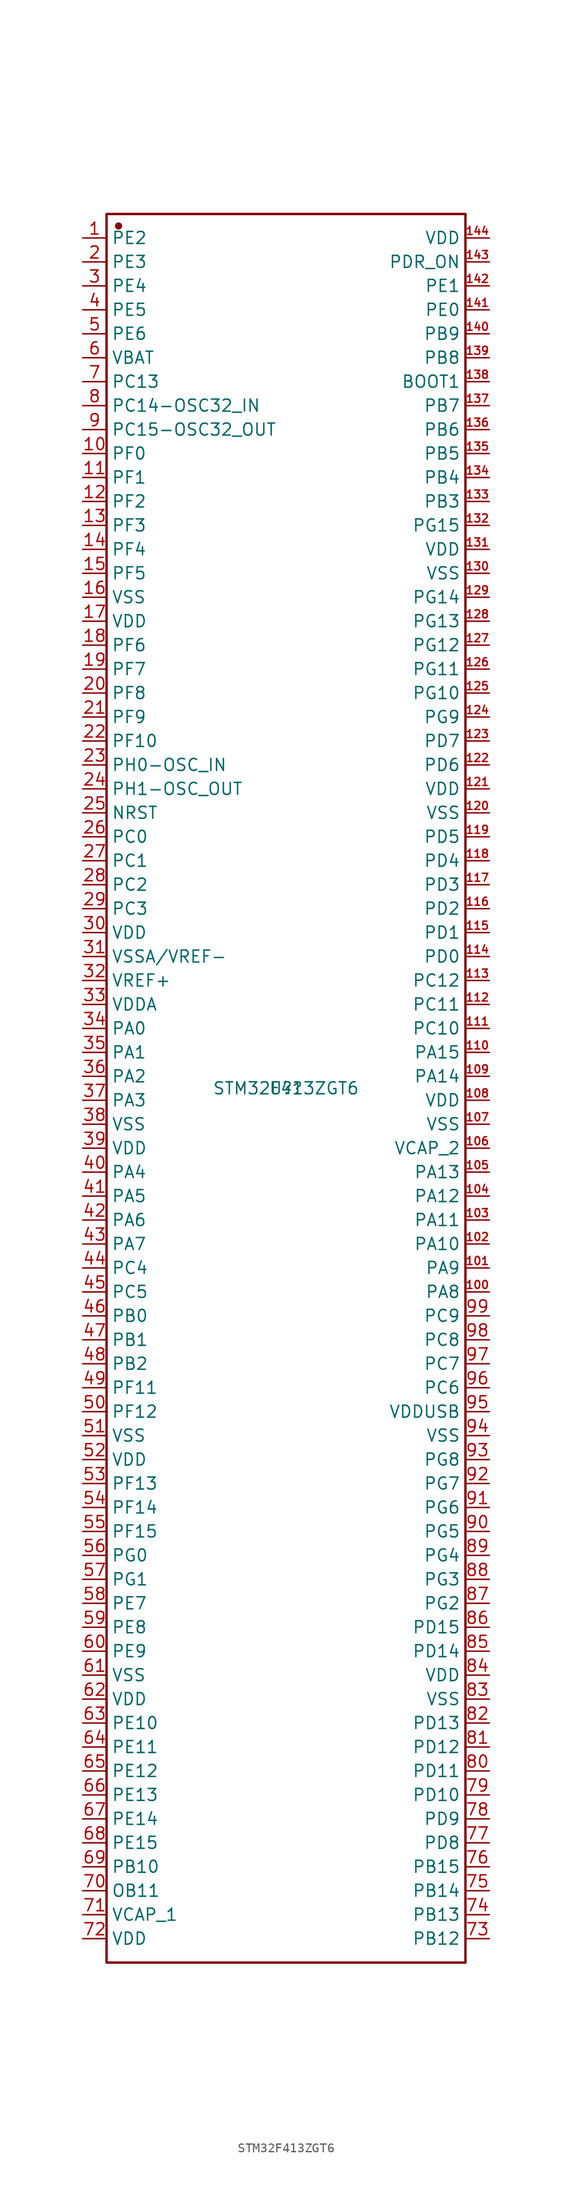
<source format=kicad_sym>
(kicad_symbol_lib
  (version 20241209)
  (generator "kicad_symbol_editor")
  (generator_version "9.0")
  (symbol "STM32F413ZGT6"
    (property "Reference" "U?"
      (at 0 0 0)
      (effects (font (size 1.27 1.27))))
    (property "Value" "STM32F413ZGT6"
      (at 0 0 0)
      (effects (font (size 1.27 1.27))))
    (symbol "STM32F413ZGT6_0_0"
      (rectangle (start -19.05 92.71) (end 19.05 -92.71) (stroke (width 0.254) (type solid)) (fill (type none)))
      (circle (center -17.78 91.44) (radius 0.254) (stroke (width 0.254) (type solid)) (fill (type outline)))
      (pin unspecified line (at -21.59 90.17 0) (length 2.54) (name "PE2" (effects (font (size 1.27 1.27)))) (number "1" (effects (font (size 1.27 1.27)))))
      (pin unspecified line (at -21.59 87.63 0) (length 2.54) (name "PE3" (effects (font (size 1.27 1.27)))) (number "2" (effects (font (size 1.27 1.27)))))
      (pin unspecified line (at -21.59 85.09 0) (length 2.54) (name "PE4" (effects (font (size 1.27 1.27)))) (number "3" (effects (font (size 1.27 1.27)))))
      (pin unspecified line (at -21.59 82.55 0) (length 2.54) (name "PE5" (effects (font (size 1.27 1.27)))) (number "4" (effects (font (size 1.27 1.27)))))
      (pin unspecified line (at -21.59 80.01 0) (length 2.54) (name "PE6" (effects (font (size 1.27 1.27)))) (number "5" (effects (font (size 1.27 1.27)))))
      (pin unspecified line (at -21.59 77.47 0) (length 2.54) (name "VBAT" (effects (font (size 1.27 1.27)))) (number "6" (effects (font (size 1.27 1.27)))))
      (pin unspecified line (at -21.59 74.93 0) (length 2.54) (name "PC13" (effects (font (size 1.27 1.27)))) (number "7" (effects (font (size 1.27 1.27)))))
      (pin unspecified line (at -21.59 72.39 0) (length 2.54) (name "PC14-OSC32_IN" (effects (font (size 1.27 1.27)))) (number "8" (effects (font (size 1.27 1.27)))))
      (pin unspecified line (at -21.59 69.85 0) (length 2.54) (name "PC15-OSC32_OUT" (effects (font (size 1.27 1.27)))) (number "9" (effects (font (size 1.27 1.27)))))
      (pin unspecified line (at -21.59 67.31 0) (length 2.54) (name "PF0" (effects (font (size 1.27 1.27)))) (number "10" (effects (font (size 1.27 1.27)))))
      (pin unspecified line (at -21.59 64.77 0) (length 2.54) (name "PF1" (effects (font (size 1.27 1.27)))) (number "11" (effects (font (size 1.27 1.27)))))
      (pin unspecified line (at -21.59 62.23 0) (length 2.54) (name "PF2" (effects (font (size 1.27 1.27)))) (number "12" (effects (font (size 1.27 1.27)))))
      (pin unspecified line (at -21.59 59.69 0) (length 2.54) (name "PF3" (effects (font (size 1.27 1.27)))) (number "13" (effects (font (size 1.27 1.27)))))
      (pin unspecified line (at -21.59 57.15 0) (length 2.54) (name "PF4" (effects (font (size 1.27 1.27)))) (number "14" (effects (font (size 1.27 1.27)))))
      (pin unspecified line (at -21.59 54.61 0) (length 2.54) (name "PF5" (effects (font (size 1.27 1.27)))) (number "15" (effects (font (size 1.27 1.27)))))
      (pin unspecified line (at -21.59 52.07 0) (length 2.54) (name "VSS" (effects (font (size 1.27 1.27)))) (number "16" (effects (font (size 1.27 1.27)))))
      (pin unspecified line (at -21.59 49.53 0) (length 2.54) (name "VDD" (effects (font (size 1.27 1.27)))) (number "17" (effects (font (size 1.27 1.27)))))
      (pin unspecified line (at -21.59 46.99 0) (length 2.54) (name "PF6" (effects (font (size 1.27 1.27)))) (number "18" (effects (font (size 1.27 1.27)))))
      (pin unspecified line (at -21.59 44.45 0) (length 2.54) (name "PF7" (effects (font (size 1.27 1.27)))) (number "19" (effects (font (size 1.27 1.27)))))
      (pin unspecified line (at -21.59 41.91 0) (length 2.54) (name "PF8" (effects (font (size 1.27 1.27)))) (number "20" (effects (font (size 1.27 1.27)))))
      (pin unspecified line (at -21.59 39.37 0) (length 2.54) (name "PF9" (effects (font (size 1.27 1.27)))) (number "21" (effects (font (size 1.27 1.27)))))
      (pin unspecified line (at -21.59 36.83 0) (length 2.54) (name "PF10" (effects (font (size 1.27 1.27)))) (number "22" (effects (font (size 1.27 1.27)))))
      (pin unspecified line (at -21.59 34.29 0) (length 2.54) (name "PH0-OSC_IN" (effects (font (size 1.27 1.27)))) (number "23" (effects (font (size 1.27 1.27)))))
      (pin unspecified line (at -21.59 31.75 0) (length 2.54) (name "PH1-OSC_OUT" (effects (font (size 1.27 1.27)))) (number "24" (effects (font (size 1.27 1.27)))))
      (pin unspecified line (at -21.59 29.21 0) (length 2.54) (name "NRST" (effects (font (size 1.27 1.27)))) (number "25" (effects (font (size 1.27 1.27)))))
      (pin unspecified line (at -21.59 26.67 0) (length 2.54) (name "PC0" (effects (font (size 1.27 1.27)))) (number "26" (effects (font (size 1.27 1.27)))))
      (pin unspecified line (at -21.59 24.13 0) (length 2.54) (name "PC1" (effects (font (size 1.27 1.27)))) (number "27" (effects (font (size 1.27 1.27)))))
      (pin unspecified line (at -21.59 21.59 0) (length 2.54) (name "PC2" (effects (font (size 1.27 1.27)))) (number "28" (effects (font (size 1.27 1.27)))))
      (pin unspecified line (at -21.59 19.05 0) (length 2.54) (name "PC3" (effects (font (size 1.27 1.27)))) (number "29" (effects (font (size 1.27 1.27)))))
      (pin unspecified line (at -21.59 16.51 0) (length 2.54) (name "VDD" (effects (font (size 1.27 1.27)))) (number "30" (effects (font (size 1.27 1.27)))))
      (pin unspecified line (at -21.59 13.97 0) (length 2.54) (name "VSSA/VREF-" (effects (font (size 1.27 1.27)))) (number "31" (effects (font (size 1.27 1.27)))))
      (pin unspecified line (at -21.59 11.43 0) (length 2.54) (name "VREF+" (effects (font (size 1.27 1.27)))) (number "32" (effects (font (size 1.27 1.27)))))
      (pin unspecified line (at -21.59 8.89 0) (length 2.54) (name "VDDA" (effects (font (size 1.27 1.27)))) (number "33" (effects (font (size 1.27 1.27)))))
      (pin unspecified line (at -21.59 6.35 0) (length 2.54) (name "PA0" (effects (font (size 1.27 1.27)))) (number "34" (effects (font (size 1.27 1.27)))))
      (pin unspecified line (at -21.59 3.81 0) (length 2.54) (name "PA1" (effects (font (size 1.27 1.27)))) (number "35" (effects (font (size 1.27 1.27)))))
      (pin unspecified line (at -21.59 1.27 0) (length 2.54) (name "PA2" (effects (font (size 1.27 1.27)))) (number "36" (effects (font (size 1.27 1.27)))))
      (pin unspecified line (at -21.59 -1.27 0) (length 2.54) (name "PA3" (effects (font (size 1.27 1.27)))) (number "37" (effects (font (size 1.27 1.27)))))
      (pin unspecified line (at -21.59 -3.81 0) (length 2.54) (name "VSS" (effects (font (size 1.27 1.27)))) (number "38" (effects (font (size 1.27 1.27)))))
      (pin unspecified line (at -21.59 -6.35 0) (length 2.54) (name "VDD" (effects (font (size 1.27 1.27)))) (number "39" (effects (font (size 1.27 1.27)))))
      (pin unspecified line (at -21.59 -8.89 0) (length 2.54) (name "PA4" (effects (font (size 1.27 1.27)))) (number "40" (effects (font (size 1.27 1.27)))))
      (pin unspecified line (at -21.59 -11.43 0) (length 2.54) (name "PA5" (effects (font (size 1.27 1.27)))) (number "41" (effects (font (size 1.27 1.27)))))
      (pin unspecified line (at -21.59 -13.97 0) (length 2.54) (name "PA6" (effects (font (size 1.27 1.27)))) (number "42" (effects (font (size 1.27 1.27)))))
      (pin unspecified line (at -21.59 -16.51 0) (length 2.54) (name "PA7" (effects (font (size 1.27 1.27)))) (number "43" (effects (font (size 1.27 1.27)))))
      (pin unspecified line (at -21.59 -19.05 0) (length 2.54) (name "PC4" (effects (font (size 1.27 1.27)))) (number "44" (effects (font (size 1.27 1.27)))))
      (pin unspecified line (at -21.59 -21.59 0) (length 2.54) (name "PC5" (effects (font (size 1.27 1.27)))) (number "45" (effects (font (size 1.27 1.27)))))
      (pin unspecified line (at -21.59 -24.13 0) (length 2.54) (name "PB0" (effects (font (size 1.27 1.27)))) (number "46" (effects (font (size 1.27 1.27)))))
      (pin unspecified line (at -21.59 -26.67 0) (length 2.54) (name "PB1" (effects (font (size 1.27 1.27)))) (number "47" (effects (font (size 1.27 1.27)))))
      (pin unspecified line (at -21.59 -29.21 0) (length 2.54) (name "PB2" (effects (font (size 1.27 1.27)))) (number "48" (effects (font (size 1.27 1.27)))))
      (pin unspecified line (at -21.59 -31.75 0) (length 2.54) (name "PF11" (effects (font (size 1.27 1.27)))) (number "49" (effects (font (size 1.27 1.27)))))
      (pin unspecified line (at -21.59 -34.29 0) (length 2.54) (name "PF12" (effects (font (size 1.27 1.27)))) (number "50" (effects (font (size 1.27 1.27)))))
      (pin unspecified line (at -21.59 -36.83 0) (length 2.54) (name "VSS" (effects (font (size 1.27 1.27)))) (number "51" (effects (font (size 1.27 1.27)))))
      (pin unspecified line (at -21.59 -39.37 0) (length 2.54) (name "VDD" (effects (font (size 1.27 1.27)))) (number "52" (effects (font (size 1.27 1.27)))))
      (pin unspecified line (at -21.59 -41.91 0) (length 2.54) (name "PF13" (effects (font (size 1.27 1.27)))) (number "53" (effects (font (size 1.27 1.27)))))
      (pin unspecified line (at -21.59 -44.45 0) (length 2.54) (name "PF14" (effects (font (size 1.27 1.27)))) (number "54" (effects (font (size 1.27 1.27)))))
      (pin unspecified line (at -21.59 -46.99 0) (length 2.54) (name "PF15" (effects (font (size 1.27 1.27)))) (number "55" (effects (font (size 1.27 1.27)))))
      (pin unspecified line (at -21.59 -49.53 0) (length 2.54) (name "PG0" (effects (font (size 1.27 1.27)))) (number "56" (effects (font (size 1.27 1.27)))))
      (pin unspecified line (at -21.59 -52.07 0) (length 2.54) (name "PG1" (effects (font (size 1.27 1.27)))) (number "57" (effects (font (size 1.27 1.27)))))
      (pin unspecified line (at -21.59 -54.61 0) (length 2.54) (name "PE7" (effects (font (size 1.27 1.27)))) (number "58" (effects (font (size 1.27 1.27)))))
      (pin unspecified line (at -21.59 -57.15 0) (length 2.54) (name "PE8" (effects (font (size 1.27 1.27)))) (number "59" (effects (font (size 1.27 1.27)))))
      (pin unspecified line (at -21.59 -59.69 0) (length 2.54) (name "PE9" (effects (font (size 1.27 1.27)))) (number "60" (effects (font (size 1.27 1.27)))))
      (pin unspecified line (at -21.59 -62.23 0) (length 2.54) (name "VSS" (effects (font (size 1.27 1.27)))) (number "61" (effects (font (size 1.27 1.27)))))
      (pin unspecified line (at -21.59 -64.77 0) (length 2.54) (name "VDD" (effects (font (size 1.27 1.27)))) (number "62" (effects (font (size 1.27 1.27)))))
      (pin unspecified line (at -21.59 -67.31 0) (length 2.54) (name "PE10" (effects (font (size 1.27 1.27)))) (number "63" (effects (font (size 1.27 1.27)))))
      (pin unspecified line (at -21.59 -69.85 0) (length 2.54) (name "PE11" (effects (font (size 1.27 1.27)))) (number "64" (effects (font (size 1.27 1.27)))))
      (pin unspecified line (at -21.59 -72.39 0) (length 2.54) (name "PE12" (effects (font (size 1.27 1.27)))) (number "65" (effects (font (size 1.27 1.27)))))
      (pin unspecified line (at -21.59 -74.93 0) (length 2.54) (name "PE13" (effects (font (size 1.27 1.27)))) (number "66" (effects (font (size 1.27 1.27)))))
      (pin unspecified line (at -21.59 -77.47 0) (length 2.54) (name "PE14" (effects (font (size 1.27 1.27)))) (number "67" (effects (font (size 1.27 1.27)))))
      (pin unspecified line (at -21.59 -80.01 0) (length 2.54) (name "PE15" (effects (font (size 1.27 1.27)))) (number "68" (effects (font (size 1.27 1.27)))))
      (pin unspecified line (at -21.59 -82.55 0) (length 2.54) (name "PB10" (effects (font (size 1.27 1.27)))) (number "69" (effects (font (size 1.27 1.27)))))
      (pin unspecified line (at -21.59 -85.09 0) (length 2.54) (name "OB11" (effects (font (size 1.27 1.27)))) (number "70" (effects (font (size 1.27 1.27)))))
      (pin unspecified line (at -21.59 -87.63 0) (length 2.54) (name "VCAP_1" (effects (font (size 1.27 1.27)))) (number "71" (effects (font (size 1.27 1.27)))))
      (pin unspecified line (at -21.59 -90.17 0) (length 2.54) (name "VDD" (effects (font (size 1.27 1.27)))) (number "72" (effects (font (size 1.27 1.27)))))
      (pin unspecified line (at 21.59 90.17 180) (length 2.54) (name "VDD" (effects (font (size 1.27 1.27)))) (number "144" (effects (font (size 0.847 0.847)))))
      (pin unspecified line (at 21.59 87.63 180) (length 2.54) (name "PDR_ON" (effects (font (size 1.27 1.27)))) (number "143" (effects (font (size 0.847 0.847)))))
      (pin unspecified line (at 21.59 85.09 180) (length 2.54) (name "PE1" (effects (font (size 1.27 1.27)))) (number "142" (effects (font (size 0.847 0.847)))))
      (pin unspecified line (at 21.59 82.55 180) (length 2.54) (name "PE0" (effects (font (size 1.27 1.27)))) (number "141" (effects (font (size 0.847 0.847)))))
      (pin unspecified line (at 21.59 80.01 180) (length 2.54) (name "PB9" (effects (font (size 1.27 1.27)))) (number "140" (effects (font (size 0.847 0.847)))))
      (pin unspecified line (at 21.59 77.47 180) (length 2.54) (name "PB8" (effects (font (size 1.27 1.27)))) (number "139" (effects (font (size 0.847 0.847)))))
      (pin unspecified line (at 21.59 74.93 180) (length 2.54) (name "BOOT1" (effects (font (size 1.27 1.27)))) (number "138" (effects (font (size 0.847 0.847)))))
      (pin unspecified line (at 21.59 72.39 180) (length 2.54) (name "PB7" (effects (font (size 1.27 1.27)))) (number "137" (effects (font (size 0.847 0.847)))))
      (pin unspecified line (at 21.59 69.85 180) (length 2.54) (name "PB6" (effects (font (size 1.27 1.27)))) (number "136" (effects (font (size 0.847 0.847)))))
      (pin unspecified line (at 21.59 67.31 180) (length 2.54) (name "PB5" (effects (font (size 1.27 1.27)))) (number "135" (effects (font (size 0.847 0.847)))))
      (pin unspecified line (at 21.59 64.77 180) (length 2.54) (name "PB4" (effects (font (size 1.27 1.27)))) (number "134" (effects (font (size 0.847 0.847)))))
      (pin unspecified line (at 21.59 62.23 180) (length 2.54) (name "PB3" (effects (font (size 1.27 1.27)))) (number "133" (effects (font (size 0.847 0.847)))))
      (pin unspecified line (at 21.59 59.69 180) (length 2.54) (name "PG15" (effects (font (size 1.27 1.27)))) (number "132" (effects (font (size 0.847 0.847)))))
      (pin unspecified line (at 21.59 57.15 180) (length 2.54) (name "VDD" (effects (font (size 1.27 1.27)))) (number "131" (effects (font (size 0.847 0.847)))))
      (pin unspecified line (at 21.59 54.61 180) (length 2.54) (name "VSS" (effects (font (size 1.27 1.27)))) (number "130" (effects (font (size 0.847 0.847)))))
      (pin unspecified line (at 21.59 52.07 180) (length 2.54) (name "PG14" (effects (font (size 1.27 1.27)))) (number "129" (effects (font (size 0.847 0.847)))))
      (pin unspecified line (at 21.59 49.53 180) (length 2.54) (name "PG13" (effects (font (size 1.27 1.27)))) (number "128" (effects (font (size 0.847 0.847)))))
      (pin unspecified line (at 21.59 46.99 180) (length 2.54) (name "PG12" (effects (font (size 1.27 1.27)))) (number "127" (effects (font (size 0.847 0.847)))))
      (pin unspecified line (at 21.59 44.45 180) (length 2.54) (name "PG11" (effects (font (size 1.27 1.27)))) (number "126" (effects (font (size 0.847 0.847)))))
      (pin unspecified line (at 21.59 41.91 180) (length 2.54) (name "PG10" (effects (font (size 1.27 1.27)))) (number "125" (effects (font (size 0.847 0.847)))))
      (pin unspecified line (at 21.59 39.37 180) (length 2.54) (name "PG9" (effects (font (size 1.27 1.27)))) (number "124" (effects (font (size 0.847 0.847)))))
      (pin unspecified line (at 21.59 36.83 180) (length 2.54) (name "PD7" (effects (font (size 1.27 1.27)))) (number "123" (effects (font (size 0.847 0.847)))))
      (pin unspecified line (at 21.59 34.29 180) (length 2.54) (name "PD6" (effects (font (size 1.27 1.27)))) (number "122" (effects (font (size 0.847 0.847)))))
      (pin unspecified line (at 21.59 31.75 180) (length 2.54) (name "VDD" (effects (font (size 1.27 1.27)))) (number "121" (effects (font (size 0.847 0.847)))))
      (pin unspecified line (at 21.59 29.21 180) (length 2.54) (name "VSS" (effects (font (size 1.27 1.27)))) (number "120" (effects (font (size 0.847 0.847)))))
      (pin unspecified line (at 21.59 26.67 180) (length 2.54) (name "PD5" (effects (font (size 1.27 1.27)))) (number "119" (effects (font (size 0.847 0.847)))))
      (pin unspecified line (at 21.59 24.13 180) (length 2.54) (name "PD4" (effects (font (size 1.27 1.27)))) (number "118" (effects (font (size 0.847 0.847)))))
      (pin unspecified line (at 21.59 21.59 180) (length 2.54) (name "PD3" (effects (font (size 1.27 1.27)))) (number "117" (effects (font (size 0.847 0.847)))))
      (pin unspecified line (at 21.59 19.05 180) (length 2.54) (name "PD2" (effects (font (size 1.27 1.27)))) (number "116" (effects (font (size 0.847 0.847)))))
      (pin unspecified line (at 21.59 16.51 180) (length 2.54) (name "PD1" (effects (font (size 1.27 1.27)))) (number "115" (effects (font (size 0.847 0.847)))))
      (pin unspecified line (at 21.59 13.97 180) (length 2.54) (name "PD0" (effects (font (size 1.27 1.27)))) (number "114" (effects (font (size 0.847 0.847)))))
      (pin unspecified line (at 21.59 11.43 180) (length 2.54) (name "PC12" (effects (font (size 1.27 1.27)))) (number "113" (effects (font (size 0.847 0.847)))))
      (pin unspecified line (at 21.59 8.89 180) (length 2.54) (name "PC11" (effects (font (size 1.27 1.27)))) (number "112" (effects (font (size 0.847 0.847)))))
      (pin unspecified line (at 21.59 6.35 180) (length 2.54) (name "PC10" (effects (font (size 1.27 1.27)))) (number "111" (effects (font (size 0.847 0.847)))))
      (pin unspecified line (at 21.59 3.81 180) (length 2.54) (name "PA15" (effects (font (size 1.27 1.27)))) (number "110" (effects (font (size 0.847 0.847)))))
      (pin unspecified line (at 21.59 1.27 180) (length 2.54) (name "PA14" (effects (font (size 1.27 1.27)))) (number "109" (effects (font (size 0.847 0.847)))))
      (pin unspecified line (at 21.59 -1.27 180) (length 2.54) (name "VDD" (effects (font (size 1.27 1.27)))) (number "108" (effects (font (size 0.847 0.847)))))
      (pin unspecified line (at 21.59 -3.81 180) (length 2.54) (name "VSS" (effects (font (size 1.27 1.27)))) (number "107" (effects (font (size 0.847 0.847)))))
      (pin unspecified line (at 21.59 -6.35 180) (length 2.54) (name "VCAP_2" (effects (font (size 1.27 1.27)))) (number "106" (effects (font (size 0.847 0.847)))))
      (pin unspecified line (at 21.59 -8.89 180) (length 2.54) (name "PA13" (effects (font (size 1.27 1.27)))) (number "105" (effects (font (size 0.847 0.847)))))
      (pin unspecified line (at 21.59 -11.43 180) (length 2.54) (name "PA12" (effects (font (size 1.27 1.27)))) (number "104" (effects (font (size 0.847 0.847)))))
      (pin unspecified line (at 21.59 -13.97 180) (length 2.54) (name "PA11" (effects (font (size 1.27 1.27)))) (number "103" (effects (font (size 0.847 0.847)))))
      (pin unspecified line (at 21.59 -16.51 180) (length 2.54) (name "PA10" (effects (font (size 1.27 1.27)))) (number "102" (effects (font (size 0.847 0.847)))))
      (pin unspecified line (at 21.59 -19.05 180) (length 2.54) (name "PA9" (effects (font (size 1.27 1.27)))) (number "101" (effects (font (size 0.847 0.847)))))
      (pin unspecified line (at 21.59 -21.59 180) (length 2.54) (name "PA8" (effects (font (size 1.27 1.27)))) (number "100" (effects (font (size 0.847 0.847)))))
      (pin unspecified line (at 21.59 -24.13 180) (length 2.54) (name "PC9" (effects (font (size 1.27 1.27)))) (number "99" (effects (font (size 1.27 1.27)))))
      (pin unspecified line (at 21.59 -26.67 180) (length 2.54) (name "PC8" (effects (font (size 1.27 1.27)))) (number "98" (effects (font (size 1.27 1.27)))))
      (pin unspecified line (at 21.59 -29.21 180) (length 2.54) (name "PC7" (effects (font (size 1.27 1.27)))) (number "97" (effects (font (size 1.27 1.27)))))
      (pin unspecified line (at 21.59 -31.75 180) (length 2.54) (name "PC6" (effects (font (size 1.27 1.27)))) (number "96" (effects (font (size 1.27 1.27)))))
      (pin unspecified line (at 21.59 -34.29 180) (length 2.54) (name "VDDUSB" (effects (font (size 1.27 1.27)))) (number "95" (effects (font (size 1.27 1.27)))))
      (pin unspecified line (at 21.59 -36.83 180) (length 2.54) (name "VSS" (effects (font (size 1.27 1.27)))) (number "94" (effects (font (size 1.27 1.27)))))
      (pin unspecified line (at 21.59 -39.37 180) (length 2.54) (name "PG8" (effects (font (size 1.27 1.27)))) (number "93" (effects (font (size 1.27 1.27)))))
      (pin unspecified line (at 21.59 -41.91 180) (length 2.54) (name "PG7" (effects (font (size 1.27 1.27)))) (number "92" (effects (font (size 1.27 1.27)))))
      (pin unspecified line (at 21.59 -44.45 180) (length 2.54) (name "PG6" (effects (font (size 1.27 1.27)))) (number "91" (effects (font (size 1.27 1.27)))))
      (pin unspecified line (at 21.59 -46.99 180) (length 2.54) (name "PG5" (effects (font (size 1.27 1.27)))) (number "90" (effects (font (size 1.27 1.27)))))
      (pin unspecified line (at 21.59 -49.53 180) (length 2.54) (name "PG4" (effects (font (size 1.27 1.27)))) (number "89" (effects (font (size 1.27 1.27)))))
      (pin unspecified line (at 21.59 -52.07 180) (length 2.54) (name "PG3" (effects (font (size 1.27 1.27)))) (number "88" (effects (font (size 1.27 1.27)))))
      (pin unspecified line (at 21.59 -54.61 180) (length 2.54) (name "PG2" (effects (font (size 1.27 1.27)))) (number "87" (effects (font (size 1.27 1.27)))))
      (pin unspecified line (at 21.59 -57.15 180) (length 2.54) (name "PD15" (effects (font (size 1.27 1.27)))) (number "86" (effects (font (size 1.27 1.27)))))
      (pin unspecified line (at 21.59 -59.69 180) (length 2.54) (name "PD14" (effects (font (size 1.27 1.27)))) (number "85" (effects (font (size 1.27 1.27)))))
      (pin unspecified line (at 21.59 -62.23 180) (length 2.54) (name "VDD" (effects (font (size 1.27 1.27)))) (number "84" (effects (font (size 1.27 1.27)))))
      (pin unspecified line (at 21.59 -64.77 180) (length 2.54) (name "VSS" (effects (font (size 1.27 1.27)))) (number "83" (effects (font (size 1.27 1.27)))))
      (pin unspecified line (at 21.59 -67.31 180) (length 2.54) (name "PD13" (effects (font (size 1.27 1.27)))) (number "82" (effects (font (size 1.27 1.27)))))
      (pin unspecified line (at 21.59 -69.85 180) (length 2.54) (name "PD12" (effects (font (size 1.27 1.27)))) (number "81" (effects (font (size 1.27 1.27)))))
      (pin unspecified line (at 21.59 -72.39 180) (length 2.54) (name "PD11" (effects (font (size 1.27 1.27)))) (number "80" (effects (font (size 1.27 1.27)))))
      (pin unspecified line (at 21.59 -74.93 180) (length 2.54) (name "PD10" (effects (font (size 1.27 1.27)))) (number "79" (effects (font (size 1.27 1.27)))))
      (pin unspecified line (at 21.59 -77.47 180) (length 2.54) (name "PD9" (effects (font (size 1.27 1.27)))) (number "78" (effects (font (size 1.27 1.27)))))
      (pin unspecified line (at 21.59 -80.01 180) (length 2.54) (name "PD8" (effects (font (size 1.27 1.27)))) (number "77" (effects (font (size 1.27 1.27)))))
      (pin unspecified line (at 21.59 -82.55 180) (length 2.54) (name "PB15" (effects (font (size 1.27 1.27)))) (number "76" (effects (font (size 1.27 1.27)))))
      (pin unspecified line (at 21.59 -85.09 180) (length 2.54) (name "PB14" (effects (font (size 1.27 1.27)))) (number "75" (effects (font (size 1.27 1.27)))))
      (pin unspecified line (at 21.59 -87.63 180) (length 2.54) (name "PB13" (effects (font (size 1.27 1.27)))) (number "74" (effects (font (size 1.27 1.27)))))
      (pin unspecified line (at 21.59 -90.17 180) (length 2.54) (name "PB12" (effects (font (size 1.27 1.27)))) (number "73" (effects (font (size 1.27 1.27))))))))
</source>
